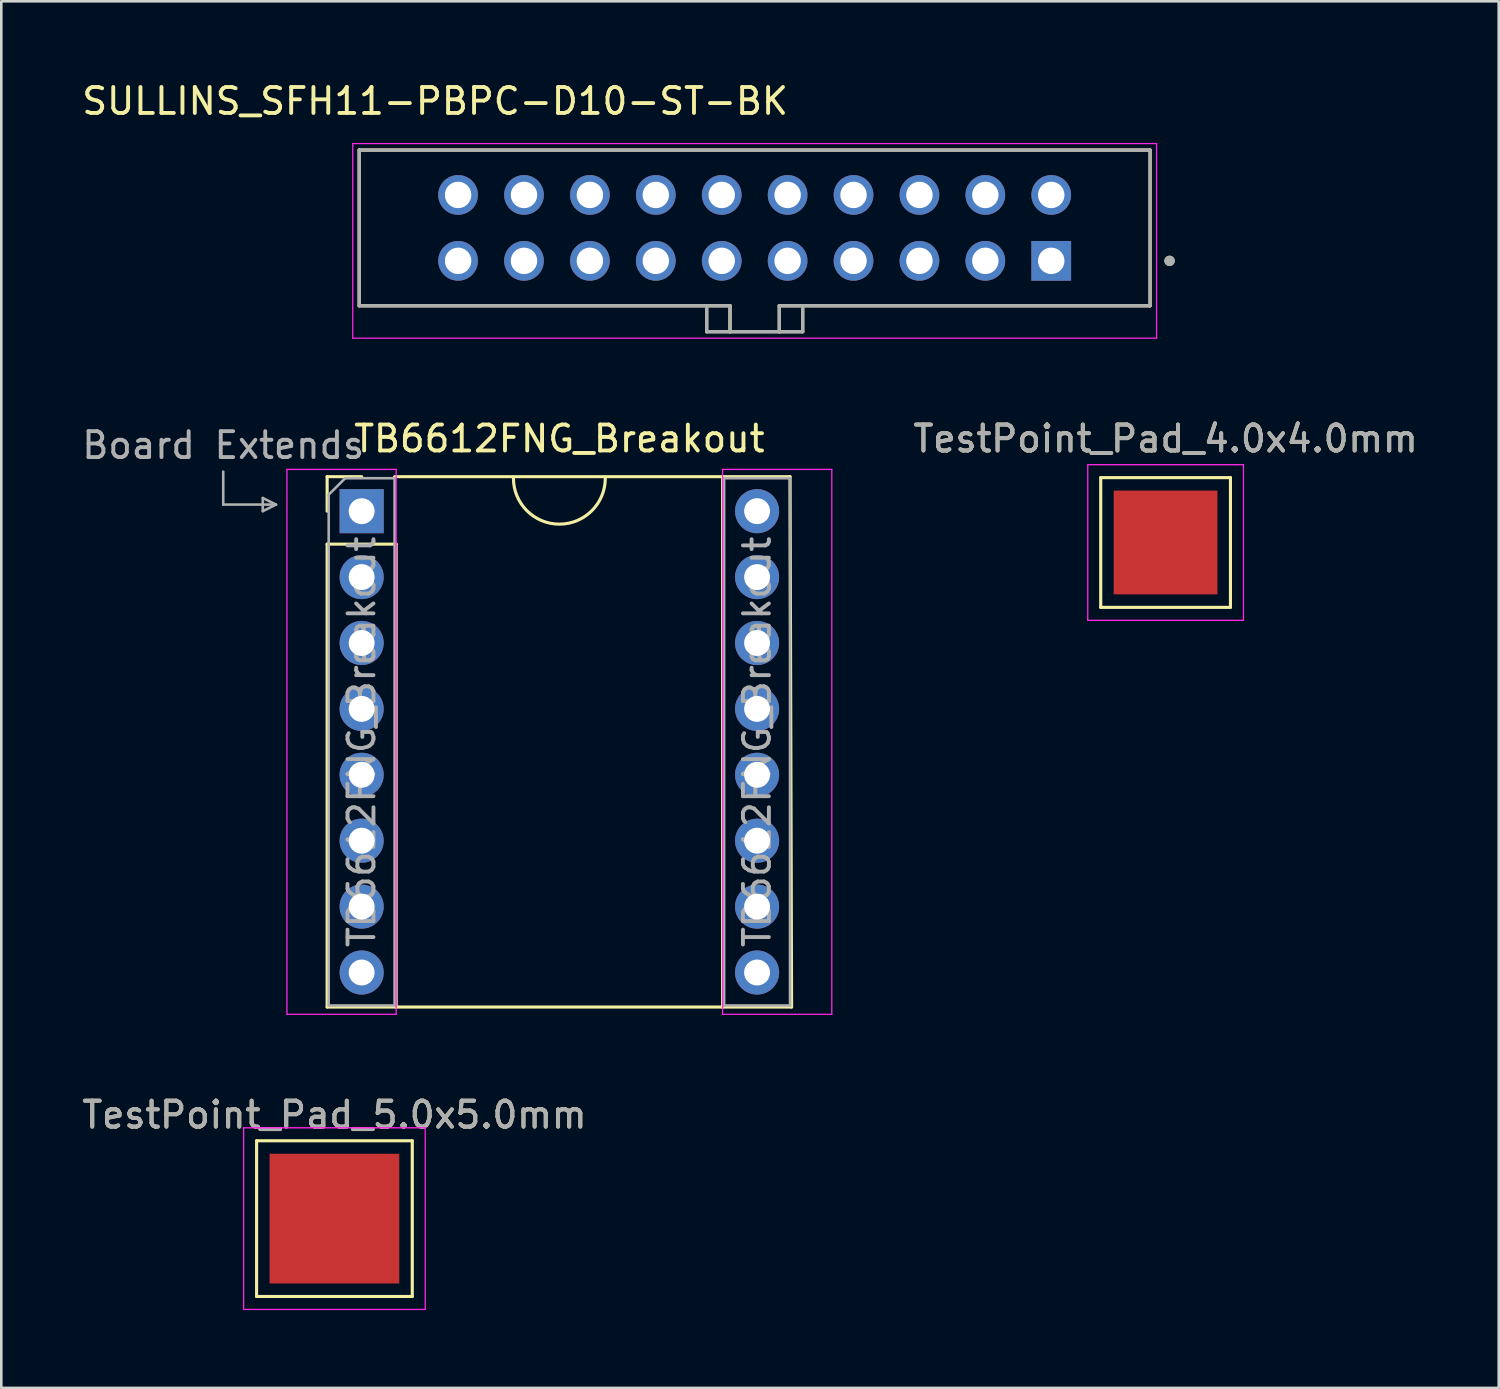
<source format=kicad_pcb>
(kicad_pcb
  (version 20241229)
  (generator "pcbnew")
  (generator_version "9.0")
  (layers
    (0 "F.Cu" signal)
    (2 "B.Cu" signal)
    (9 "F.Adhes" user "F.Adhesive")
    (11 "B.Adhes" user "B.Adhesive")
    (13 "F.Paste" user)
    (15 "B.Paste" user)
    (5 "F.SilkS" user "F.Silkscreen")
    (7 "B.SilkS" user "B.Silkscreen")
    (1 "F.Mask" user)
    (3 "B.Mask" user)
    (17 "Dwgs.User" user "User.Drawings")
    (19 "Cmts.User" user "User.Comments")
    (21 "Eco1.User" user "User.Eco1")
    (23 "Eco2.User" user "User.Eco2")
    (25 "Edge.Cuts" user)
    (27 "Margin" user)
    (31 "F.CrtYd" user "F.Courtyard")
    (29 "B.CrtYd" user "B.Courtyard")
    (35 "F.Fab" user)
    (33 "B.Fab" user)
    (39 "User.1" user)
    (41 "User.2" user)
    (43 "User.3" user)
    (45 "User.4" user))
  (footprint "TB6612FNG_Breakout"
    (layer "F.Cu")
    (at 18.508 25.541)
    (property "Reference" "TB6612FNG_Breakout" (at 0 -11.684 0) (layer "F.SilkS") (effects (font (size 1 1) (thickness 0.15))))
    (attr through_hole)
    (fp_line (start -8.95 -10.22) (end -7.62 -10.22) (stroke (width 0.12) (type solid)) (layer "F.SilkS"))
    (fp_line (start -8.95 -8.89) (end -8.95 -10.22) (stroke (width 0.12) (type solid)) (layer "F.SilkS"))
    (fp_line (start -8.95 -7.62) (end -8.95 10.22) (stroke (width 0.12) (type solid)) (layer "F.SilkS"))
    (fp_line (start -8.95 -7.62) (end -6.29 -7.62) (stroke (width 0.12) (type solid)) (layer "F.SilkS"))
    (fp_line (start -8.95 10.22) (end -6.29 10.22) (stroke (width 0.12) (type solid)) (layer "F.SilkS"))
    (fp_line (start -6.29 -7.62) (end -6.29 10.22) (stroke (width 0.12) (type solid)) (layer "F.SilkS"))
    (fp_line (start -6.29 10.22) (end 6.29 10.22) (stroke (width 0.12) (type solid)) (layer "F.SilkS"))
    (fp_line (start 6.29 -10.22) (end -6.35 -10.22) (stroke (width 0.12) (type solid)) (layer "F.SilkS"))
    (fp_line (start 6.29 -10.22) (end 8.89 -10.22) (stroke (width 0.12) (type solid)) (layer "F.SilkS"))
    (fp_line (start 6.29 -7.62) (end 6.29 -10.22) (stroke (width 0.12) (type solid)) (layer "F.SilkS"))
    (fp_line (start 6.29 -7.62) (end 6.29 10.22) (stroke (width 0.12) (type solid)) (layer "F.SilkS"))
    (fp_line (start 6.29 10.22) (end 8.95 10.22) (stroke (width 0.12) (type solid)) (layer "F.SilkS"))
    (fp_line (start 8.89 -10.22) (end 8.95 10.22) (stroke (width 0.12) (type solid)) (layer "F.SilkS"))
    (fp_arc (start 1.77 -10.16) (mid 0 -8.39) (end -1.77 -10.16) (stroke (width 0.12) (type solid)) (layer "F.SilkS"))
    (fp_line (start -10.5 -10.5) (end -10.5 10.5) (stroke (width 0.05) (type solid)) (layer "F.CrtYd"))
    (fp_line (start -10.5 10.5) (end -6.29 10.5) (stroke (width 0.05) (type solid)) (layer "F.CrtYd"))
    (fp_line (start -6.29 -10.5) (end -10.5 -10.5) (stroke (width 0.05) (type solid)) (layer "F.CrtYd"))
    (fp_line (start -6.29 -10.5) (end -6.29 10.5) (stroke (width 0.05) (type solid)) (layer "F.CrtYd"))
    (fp_line (start 6.29 -10.5) (end 6.29 10.5) (stroke (width 0.05) (type solid)) (layer "F.CrtYd"))
    (fp_line (start 6.29 10.5) (end 10.5 10.5) (stroke (width 0.05) (type solid)) (layer "F.CrtYd"))
    (fp_line (start 10.5 -10.5) (end 6.29 -10.5) (stroke (width 0.05) (type solid)) (layer "F.CrtYd"))
    (fp_line (start 10.5 10.5) (end 10.5 -10.5) (stroke (width 0.05) (type solid)) (layer "F.CrtYd"))
    (fp_line (start -12.954 -10.414) (end -12.954 -9.144) (stroke (width 0.1) (type solid)) (layer "F.Fab"))
    (fp_line (start -12.954 -9.144) (end -10.922 -9.144) (stroke (width 0.1) (type solid)) (layer "F.Fab"))
    (fp_line (start -11.43 -9.398) (end -11.43 -8.89) (stroke (width 0.1) (type solid)) (layer "F.Fab"))
    (fp_line (start -11.43 -8.89) (end -10.922 -9.144) (stroke (width 0.1) (type solid)) (layer "F.Fab"))
    (fp_line (start -10.922 -9.144) (end -11.43 -9.398) (stroke (width 0.1) (type solid)) (layer "F.Fab"))
    (fp_line (start -8.89 -9.525) (end -8.255 -10.16) (stroke (width 0.1) (type solid)) (layer "F.Fab"))
    (fp_line (start -8.89 10.16) (end -8.89 -9.525) (stroke (width 0.1) (type solid)) (layer "F.Fab"))
    (fp_line (start -8.255 -10.16) (end -6.35 -10.16) (stroke (width 0.1) (type solid)) (layer "F.Fab"))
    (fp_line (start -6.35 -10.16) (end -6.35 10.16) (stroke (width 0.1) (type solid)) (layer "F.Fab"))
    (fp_line (start -6.35 10.16) (end -8.89 10.16) (stroke (width 0.1) (type solid)) (layer "F.Fab"))
    (fp_line (start 6.35 -10.16) (end 8.89 -10.16) (stroke (width 0.1) (type solid)) (layer "F.Fab"))
    (fp_line (start 6.35 10.16) (end 6.35 -10.16) (stroke (width 0.1) (type solid)) (layer "F.Fab"))
    (fp_line (start 8.89 -10.16) (end 8.89 10.16) (stroke (width 0.1) (type solid)) (layer "F.Fab"))
    (fp_line (start 8.89 10.16) (end 6.35 10.16) (stroke (width 0.1) (type solid)) (layer "F.Fab"))
    (fp_text user "${REFERENCE}" (at -7.62 0 90) (layer "F.Fab") (effects (font (size 1 1) (thickness 0.15))))
    (fp_text user "Board Extends" (at -12.954 -11.43 0) (unlocked yes) (layer "F.Fab") (effects (font (size 1 1) (thickness 0.15))))
    (fp_text user "${REFERENCE}" (at 7.62 0 90) (layer "F.Fab") (effects (font (size 1 1) (thickness 0.15))))
    (pad "1" thru_hole rect (at -7.62 -8.89) (size 1.7 1.7) (drill 1) (layers "*.Cu" "*.Mask"))
    (pad "2" thru_hole oval (at -7.62 -6.35) (size 1.7 1.7) (drill 1) (layers "*.Cu" "*.Mask"))
    (pad "3" thru_hole oval (at -7.62 -3.81) (size 1.7 1.7) (drill 1) (layers "*.Cu" "*.Mask"))
    (pad "4" thru_hole oval (at -7.62 -1.27) (size 1.7 1.7) (drill 1) (layers "*.Cu" "*.Mask"))
    (pad "5" thru_hole oval (at -7.62 1.27) (size 1.7 1.7) (drill 1) (layers "*.Cu" "*.Mask"))
    (pad "6" thru_hole oval (at -7.62 3.81) (size 1.7 1.7) (drill 1) (layers "*.Cu" "*.Mask"))
    (pad "7" thru_hole oval (at -7.62 6.35) (size 1.7 1.7) (drill 1) (layers "*.Cu" "*.Mask"))
    (pad "8" thru_hole oval (at -7.62 8.89) (size 1.7 1.7) (drill 1) (layers "*.Cu" "*.Mask"))
    (pad "9" thru_hole circle (at 7.62 -8.89) (size 1.7 1.7) (drill 1) (layers "*.Cu" "*.Mask"))
    (pad "10" thru_hole oval (at 7.62 -6.35) (size 1.7 1.7) (drill 1) (layers "*.Cu" "*.Mask"))
    (pad "11" thru_hole oval (at 7.62 -3.81) (size 1.7 1.7) (drill 1) (layers "*.Cu" "*.Mask"))
    (pad "12" thru_hole oval (at 7.62 -1.27) (size 1.7 1.7) (drill 1) (layers "*.Cu" "*.Mask"))
    (pad "13" thru_hole oval (at 7.62 1.27) (size 1.7 1.7) (drill 1) (layers "*.Cu" "*.Mask"))
    (pad "14" thru_hole oval (at 7.62 3.81) (size 1.7 1.7) (drill 1) (layers "*.Cu" "*.Mask"))
    (pad "15" thru_hole oval (at 7.62 6.35) (size 1.7 1.7) (drill 1) (layers "*.Cu" "*.Mask"))
    (pad "16" thru_hole oval (at 7.62 8.89) (size 1.7 1.7) (drill 1) (layers "*.Cu" "*.Mask")))
  (footprint "TestPoint_Pad_5.0x5.0mm"
    (layer "F.Cu")
    (at 9.839 43.916)
    (property "Reference" "TestPoint_Pad_5.0x5.0mm" (at 0 -4 0) (layer "F.SilkS") (effects (font (size 1 1) (thickness 0.15))))
    (attr smd exclude_from_pos_files exclude_from_bom)
    (fp_line (start -3 -3) (end 3 -3) (stroke (width 0.12) (type solid)) (layer "F.SilkS"))
    (fp_line (start -3 3) (end -3 -3) (stroke (width 0.12) (type solid)) (layer "F.SilkS"))
    (fp_line (start 3 -3) (end 3 3) (stroke (width 0.12) (type solid)) (layer "F.SilkS"))
    (fp_line (start 3 3) (end -3 3) (stroke (width 0.12) (type solid)) (layer "F.SilkS"))
    (fp_line (start -3.5 -3.5) (end -3.5 3.5) (stroke (width 0.05) (type solid)) (layer "F.CrtYd"))
    (fp_line (start -3.5 -3.5) (end 3.5 -3.5) (stroke (width 0.05) (type solid)) (layer "F.CrtYd"))
    (fp_line (start 3.5 3.5) (end -3.5 3.5) (stroke (width 0.05) (type solid)) (layer "F.CrtYd"))
    (fp_line (start 3.5 3.5) (end 3.5 -3.5) (stroke (width 0.05) (type solid)) (layer "F.CrtYd"))
    (fp_text user "${REFERENCE}" (at 0 -4.002 0) (layer "F.Fab") (effects (font (size 1 1) (thickness 0.15))))
    (pad "1" smd rect (at 0 0) (size 5 5) (layers "F.Cu" "F.Mask" "F.Paste")))
  (footprint "SULLINS_SFH11-PBPC-D10-ST-BK"
    (layer "F.Cu")
    (at 26.035 5.733)
    (property "Reference" "SULLINS_SFH11-PBPC-D10-ST-BK" (at -12.315 -4.885 0) (layer "F.SilkS") (effects (font (size 1 1) (thickness 0.15))))
    (attr through_hole)
    (fp_line (start -15.24 -3) (end 15.24 -3) (stroke (width 0.127) (type solid)) (layer "F.SilkS"))
    (fp_line (start -15.24 3) (end -15.24 -3) (stroke (width 0.127) (type solid)) (layer "F.SilkS"))
    (fp_line (start -1.85 3) (end -15.24 3) (stroke (width 0.127) (type solid)) (layer "F.SilkS"))
    (fp_line (start -1.85 3) (end -1.85 4) (stroke (width 0.127) (type solid)) (layer "F.SilkS"))
    (fp_line (start -1.85 3) (end -0.95 3) (stroke (width 0.127) (type solid)) (layer "F.SilkS"))
    (fp_line (start -1.85 4) (end -0.95 4) (stroke (width 0.127) (type solid)) (layer "F.SilkS"))
    (fp_line (start -0.95 3) (end -0.95 4) (stroke (width 0.127) (type solid)) (layer "F.SilkS"))
    (fp_line (start -0.95 4) (end 0.95 4) (stroke (width 0.127) (type solid)) (layer "F.SilkS"))
    (fp_line (start 0.95 3) (end 0.95 4) (stroke (width 0.127) (type solid)) (layer "F.SilkS"))
    (fp_line (start 0.95 4) (end 1.85 4) (stroke (width 0.127) (type solid)) (layer "F.SilkS"))
    (fp_line (start 1.85 3) (end 0.95 3) (stroke (width 0.127) (type solid)) (layer "F.SilkS"))
    (fp_line (start 1.85 3) (end 15.24 3) (stroke (width 0.127) (type solid)) (layer "F.SilkS"))
    (fp_line (start 1.85 4) (end 1.85 3) (stroke (width 0.127) (type solid)) (layer "F.SilkS"))
    (fp_line (start 15.24 -3) (end 15.24 3) (stroke (width 0.127) (type solid)) (layer "F.SilkS"))
    (fp_circle (center 15.99 1.27) (end 16.09 1.27) (stroke (width 0.2) (type solid)) (fill no) (layer "F.SilkS"))
    (fp_line (start -15.49 -3.25) (end -15.49 4.25) (stroke (width 0.05) (type solid)) (layer "F.CrtYd"))
    (fp_line (start -15.49 4.25) (end 15.49 4.25) (stroke (width 0.05) (type solid)) (layer "F.CrtYd"))
    (fp_line (start 15.49 -3.25) (end -15.49 -3.25) (stroke (width 0.05) (type solid)) (layer "F.CrtYd"))
    (fp_line (start 15.49 4.25) (end 15.49 -3.25) (stroke (width 0.05) (type solid)) (layer "F.CrtYd"))
    (fp_line (start -15.24 -3) (end 15.24 -3) (stroke (width 0.127) (type solid)) (layer "F.Fab"))
    (fp_line (start -15.24 3) (end -15.24 -3) (stroke (width 0.127) (type solid)) (layer "F.Fab"))
    (fp_line (start -1.85 3) (end -15.24 3) (stroke (width 0.127) (type solid)) (layer "F.Fab"))
    (fp_line (start -1.85 3) (end -1.85 4) (stroke (width 0.127) (type solid)) (layer "F.Fab"))
    (fp_line (start -1.85 3) (end -0.95 3) (stroke (width 0.127) (type solid)) (layer "F.Fab"))
    (fp_line (start -1.85 4) (end -0.95 4) (stroke (width 0.127) (type solid)) (layer "F.Fab"))
    (fp_line (start -0.95 3) (end -0.95 4) (stroke (width 0.127) (type solid)) (layer "F.Fab"))
    (fp_line (start -0.95 4) (end 0.95 4) (stroke (width 0.127) (type solid)) (layer "F.Fab"))
    (fp_line (start 0.95 3) (end 0.95 4) (stroke (width 0.127) (type solid)) (layer "F.Fab"))
    (fp_line (start 0.95 4) (end 1.85 4) (stroke (width 0.127) (type solid)) (layer "F.Fab"))
    (fp_line (start 1.85 3) (end 0.95 3) (stroke (width 0.127) (type solid)) (layer "F.Fab"))
    (fp_line (start 1.85 3) (end 15.24 3) (stroke (width 0.127) (type solid)) (layer "F.Fab"))
    (fp_line (start 1.85 4) (end 1.85 3) (stroke (width 0.127) (type solid)) (layer "F.Fab"))
    (fp_line (start 15.24 -3) (end 15.24 3) (stroke (width 0.127) (type solid)) (layer "F.Fab"))
    (fp_circle (center 15.99 1.27) (end 16.09 1.27) (stroke (width 0.2) (type solid)) (fill no) (layer "F.Fab"))
    (pad "1" thru_hole rect (at 11.43 1.27) (size 1.53 1.53) (drill 1.02) (layers "*.Cu" "*.Mask"))
    (pad "2" thru_hole circle (at 11.43 -1.27) (size 1.53 1.53) (drill 1.02) (layers "*.Cu" "*.Mask"))
    (pad "3" thru_hole circle (at 8.89 1.27) (size 1.53 1.53) (drill 1.02) (layers "*.Cu" "*.Mask"))
    (pad "4" thru_hole circle (at 8.89 -1.27) (size 1.53 1.53) (drill 1.02) (layers "*.Cu" "*.Mask"))
    (pad "5" thru_hole circle (at 6.35 1.27) (size 1.53 1.53) (drill 1.02) (layers "*.Cu" "*.Mask"))
    (pad "6" thru_hole circle (at 6.35 -1.27) (size 1.53 1.53) (drill 1.02) (layers "*.Cu" "*.Mask"))
    (pad "7" thru_hole circle (at 3.81 1.27) (size 1.53 1.53) (drill 1.02) (layers "*.Cu" "*.Mask"))
    (pad "8" thru_hole circle (at 3.81 -1.27) (size 1.53 1.53) (drill 1.02) (layers "*.Cu" "*.Mask"))
    (pad "9" thru_hole circle (at 1.27 1.27) (size 1.53 1.53) (drill 1.02) (layers "*.Cu" "*.Mask"))
    (pad "10" thru_hole circle (at 1.27 -1.27) (size 1.53 1.53) (drill 1.02) (layers "*.Cu" "*.Mask"))
    (pad "11" thru_hole circle (at -1.27 1.27) (size 1.53 1.53) (drill 1.02) (layers "*.Cu" "*.Mask"))
    (pad "12" thru_hole circle (at -1.27 -1.27) (size 1.53 1.53) (drill 1.02) (layers "*.Cu" "*.Mask"))
    (pad "13" thru_hole circle (at -3.81 1.27) (size 1.53 1.53) (drill 1.02) (layers "*.Cu" "*.Mask"))
    (pad "14" thru_hole circle (at -3.81 -1.27) (size 1.53 1.53) (drill 1.02) (layers "*.Cu" "*.Mask"))
    (pad "15" thru_hole circle (at -6.35 1.27) (size 1.53 1.53) (drill 1.02) (layers "*.Cu" "*.Mask"))
    (pad "16" thru_hole circle (at -6.35 -1.27) (size 1.53 1.53) (drill 1.02) (layers "*.Cu" "*.Mask"))
    (pad "17" thru_hole circle (at -8.89 1.27) (size 1.53 1.53) (drill 1.02) (layers "*.Cu" "*.Mask"))
    (pad "18" thru_hole circle (at -8.89 -1.27) (size 1.53 1.53) (drill 1.02) (layers "*.Cu" "*.Mask"))
    (pad "19" thru_hole circle (at -11.43 1.27) (size 1.53 1.53) (drill 1.02) (layers "*.Cu" "*.Mask"))
    (pad "20" thru_hole circle (at -11.43 -1.27) (size 1.53 1.53) (drill 1.02) (layers "*.Cu" "*.Mask")))
  (footprint "TestPoint_Pad_4.0x4.0mm"
    (layer "F.Cu")
    (at 41.872 17.858)
    (property "Reference" "TestPoint_Pad_4.0x4.0mm" (at 0 -4 0) (layer "F.SilkS") (effects (font (size 1 1) (thickness 0.15))))
    (attr smd exclude_from_pos_files exclude_from_bom)
    (fp_line (start -2.5 -2.5) (end 2.5 -2.5) (stroke (width 0.12) (type solid)) (layer "F.SilkS"))
    (fp_line (start -2.5 2.5) (end -2.5 -2.5) (stroke (width 0.12) (type solid)) (layer "F.SilkS"))
    (fp_line (start 2.5 -2.5) (end 2.5 2.5) (stroke (width 0.12) (type solid)) (layer "F.SilkS"))
    (fp_line (start 2.5 2.5) (end -2.5 2.5) (stroke (width 0.12) (type solid)) (layer "F.SilkS"))
    (fp_line (start -3 -3) (end -3 3) (stroke (width 0.05) (type solid)) (layer "F.CrtYd"))
    (fp_line (start -3 -3) (end 3 -3) (stroke (width 0.05) (type solid)) (layer "F.CrtYd"))
    (fp_line (start 3 3) (end -3 3) (stroke (width 0.05) (type solid)) (layer "F.CrtYd"))
    (fp_line (start 3 3) (end 3 -3) (stroke (width 0.05) (type solid)) (layer "F.CrtYd"))
    (fp_text user "${REFERENCE}" (at 0 -4.002 0) (layer "F.Fab") (effects (font (size 1 1) (thickness 0.15))))
    (pad "1" smd rect (at 0 0) (size 4 4) (layers "F.Cu" "F.Mask" "F.Paste")))
  (gr_rect
    (start -3 -3)
    (end 54.711 50.441)
    (stroke (width 0.1) (type default))
    (fill no)
    (layer "Edge.Cuts")))
</source>
